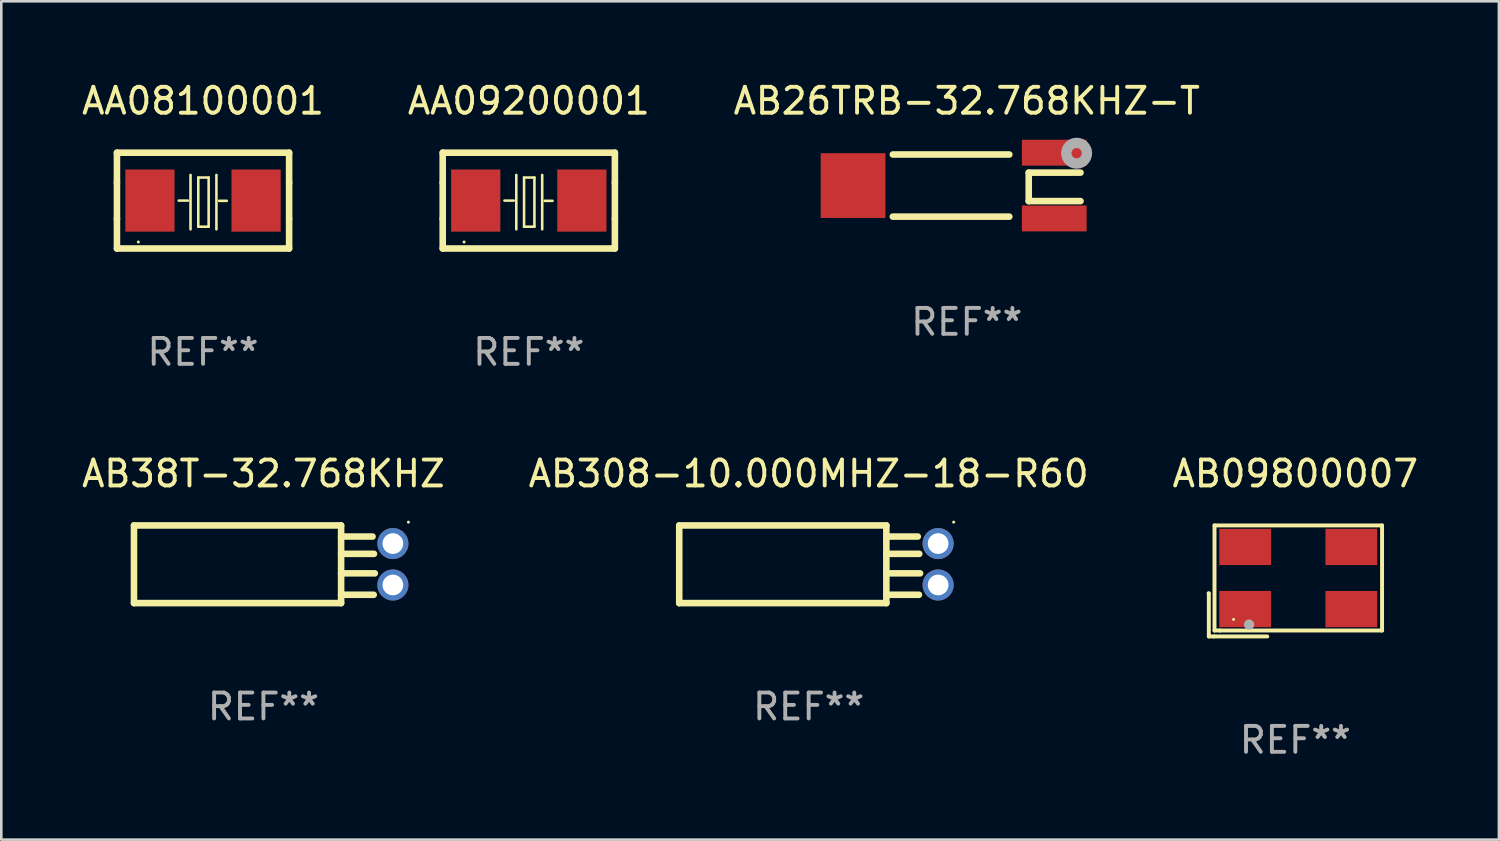
<source format=kicad_pcb>
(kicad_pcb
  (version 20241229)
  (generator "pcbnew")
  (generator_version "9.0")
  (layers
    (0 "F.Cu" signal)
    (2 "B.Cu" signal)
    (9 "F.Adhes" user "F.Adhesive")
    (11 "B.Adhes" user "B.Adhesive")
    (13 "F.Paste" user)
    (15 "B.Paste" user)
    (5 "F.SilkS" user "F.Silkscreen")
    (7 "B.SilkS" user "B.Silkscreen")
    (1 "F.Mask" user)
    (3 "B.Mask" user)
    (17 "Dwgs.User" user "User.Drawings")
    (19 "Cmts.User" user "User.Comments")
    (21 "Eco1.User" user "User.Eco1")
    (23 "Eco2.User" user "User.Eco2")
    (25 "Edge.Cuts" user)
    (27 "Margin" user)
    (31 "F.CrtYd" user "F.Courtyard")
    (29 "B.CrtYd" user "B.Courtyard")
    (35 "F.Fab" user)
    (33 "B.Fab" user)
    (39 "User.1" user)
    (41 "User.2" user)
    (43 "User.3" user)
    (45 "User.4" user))
  (footprint "AB308-10.000MHZ-18-R60"
    (layer "F.Cu")
    (at 28.185 18.745)
    (property "Reference" "AB308-10.000MHZ-18-R60" (at 0 -3.5 0) (layer "F.SilkS") (effects (font (size 1 1) (thickness 0.15))))
    (attr through_hole)
    (fp_line (start -5 -1.5) (end -5 1.5) (stroke (width 0.254) (type solid)) (layer "F.SilkS"))
    (fp_line (start 3 -1.5) (end -5 -1.5) (stroke (width 0.254) (type solid)) (layer "F.SilkS"))
    (fp_line (start 3 -1.5) (end 3 1.5) (stroke (width 0.254) (type solid)) (layer "F.SilkS"))
    (fp_line (start 3 -1.071) (end 4.214 -1.071) (stroke (width 0.254) (type solid)) (layer "F.SilkS"))
    (fp_line (start 3 -0.403) (end 4.27 -0.403) (stroke (width 0.254) (type solid)) (layer "F.SilkS"))
    (fp_line (start 3 0.35) (end 4.302 0.35) (stroke (width 0.254) (type solid)) (layer "F.SilkS"))
    (fp_line (start 3 1.178) (end 4.26 1.178) (stroke (width 0.254) (type solid)) (layer "F.SilkS"))
    (fp_line (start 3 1.5) (end -5 1.5) (stroke (width 0.254) (type solid)) (layer "F.SilkS"))
    (fp_circle (center 5.6 -1.627) (end 5.63 -1.627) (stroke (width 0.06) (type solid)) (fill no) (layer "F.SilkS"))
    (fp_text user "REF**" (at 0 5.5 0) (layer "F.Fab") (effects (font (size 1 1) (thickness 0.15))))
    (pad "1" thru_hole circle (at 5 -0.8) (size 1.2 1.2) (drill 0.8) (layers "*.Cu" "*.Mask"))
    (pad "2" thru_hole circle (at 5 0.8) (size 1.2 1.2) (drill 0.8) (layers "*.Cu" "*.Mask")))
  (footprint "AB26TRB-32.768KHZ-T"
    (layer "F.Cu")
    (at 34.292 4.118)
    (property "Reference" "AB26TRB-32.768KHZ-T" (at 0 -3.27 0) (layer "F.SilkS") (effects (font (size 1 1) (thickness 0.15))))
    (attr through_hole)
    (fp_line (start -2.857 -1.2) (end 1.643 -1.2) (stroke (width 0.254) (type solid)) (layer "F.SilkS"))
    (fp_line (start -2.857 1.2) (end 1.643 1.2) (stroke (width 0.254) (type solid)) (layer "F.SilkS"))
    (fp_line (start 2.393 -0.5) (end 4.393 -0.5) (stroke (width 0.254) (type solid)) (layer "F.SilkS"))
    (fp_line (start 2.393 0.6) (end 2.393 -0.5) (stroke (width 0.254) (type solid)) (layer "F.SilkS"))
    (fp_line (start 2.393 0.6) (end 4.393 0.6) (stroke (width 0.254) (type solid)) (layer "F.SilkS"))
    (fp_circle (center 4.123 -1.52) (end 4.153 -1.52) (stroke (width 0.06) (type solid)) (fill no) (layer "F.SilkS"))
    (fp_circle (center 4.243 -1.25) (end 4.442 -1.25) (stroke (width 0.4) (type solid)) (fill no) (layer "F.Fab"))
    (fp_text user "REF**" (at 0 5.27 0) (layer "F.Fab") (effects (font (size 1 1) (thickness 0.15))))
    (pad "1" smd rect (at 3.378 -1.27) (size 2.5 1) (layers "F.Cu" "F.Mask" "F.Paste"))
    (pad "2" smd rect (at 3.378 1.27) (size 2.5 1) (layers "F.Cu" "F.Mask" "F.Paste"))
    (pad "3" smd rect (at -4.393 0) (size 2.5 2.5) (layers "F.Cu" "F.Mask" "F.Paste")))
  (footprint "AA08100001"
    (layer "F.Cu")
    (at 4.792 4.698)
    (property "Reference" "AA08100001" (at 0 -3.85 0) (layer "F.SilkS") (effects (font (size 1 1) (thickness 0.15))))
    (attr through_hole)
    (fp_line (start -3.325 0.7) (end -3.325 -0.7) (stroke (width 0.254) (type solid)) (layer "F.SilkS"))
    (fp_line (start -3.325 -1.85) (end 3.325 -1.85) (stroke (width 0.254) (type solid)) (layer "F.SilkS"))
    (fp_line (start -3.325 -0.7) (end -3.325 -1.85) (stroke (width 0.254) (type solid)) (layer "F.SilkS"))
    (fp_line (start -3.325 1.85) (end -3.325 0.7) (stroke (width 0.254) (type solid)) (layer "F.SilkS"))
    (fp_line (start -0.94 -0.000127) (end -0.584 -0.000127) (stroke (width 0.1) (type solid)) (layer "F.SilkS"))
    (fp_line (start -0.483 -0.991) (end -0.483 1.109) (stroke (width 0.1) (type solid)) (layer "F.SilkS"))
    (fp_line (start -0.183 -0.891) (end -0.183 1.009) (stroke (width 0.1) (type solid)) (layer "F.SilkS"))
    (fp_line (start -0.183 1.009) (end 0.217 1.009) (stroke (width 0.1) (type solid)) (layer "F.SilkS"))
    (fp_line (start 0.217 -0.891) (end -0.183 -0.891) (stroke (width 0.1) (type solid)) (layer "F.SilkS"))
    (fp_line (start 0.217 1.009) (end 0.217 -0.891) (stroke (width 0.1) (type solid)) (layer "F.SilkS"))
    (fp_line (start 0.517 -0.991) (end 0.517 1.109) (stroke (width 0.1) (type solid)) (layer "F.SilkS"))
    (fp_line (start 0.617 0.009) (end 0.917 0.009) (stroke (width 0.1) (type solid)) (layer "F.SilkS"))
    (fp_line (start 3.325 -1.85) (end 3.325 -0.7) (stroke (width 0.254) (type solid)) (layer "F.SilkS"))
    (fp_line (start 3.325 0.7) (end 3.325 1.85) (stroke (width 0.254) (type solid)) (layer "F.SilkS"))
    (fp_line (start 3.325 1.85) (end -3.325 1.85) (stroke (width 0.254) (type solid)) (layer "F.SilkS"))
    (fp_line (start 3.325 -0.7) (end 3.325 0.7) (stroke (width 0.254) (type solid)) (layer "F.SilkS"))
    (fp_circle (center -2.5 1.6) (end -2.47 1.6) (stroke (width 0.06) (type solid)) (fill no) (layer "F.SilkS"))
    (fp_text user "REF**" (at 0 5.85 0) (layer "F.Fab") (effects (font (size 1 1) (thickness 0.15))))
    (pad "1" smd rect (at -2.05 -0.000203) (size 1.9 2.4) (layers "F.Cu" "F.Mask" "F.Paste"))
    (pad "2" smd rect (at 2.05 -0.000203) (size 1.9 2.4) (layers "F.Cu" "F.Mask" "F.Paste")))
  (footprint "AB09800007"
    (layer "F.Cu")
    (at 46.982 19.389)
    (property "Reference" "AB09800007" (at 0 -4.144 0) (layer "F.SilkS") (effects (font (size 1 1) (thickness 0.15))))
    (attr through_hole)
    (fp_line (start -3.35 0.476) (end -3.341 0.485) (stroke (width 0.152) (type solid)) (layer "F.SilkS"))
    (fp_line (start -3.341 0.485) (end -3.341 2.144) (stroke (width 0.152) (type solid)) (layer "F.SilkS"))
    (fp_line (start -3.341 2.144) (end -3.143 2.144) (stroke (width 0.152) (type solid)) (layer "F.SilkS"))
    (fp_line (start -3.143 2.144) (end -1.085 2.144) (stroke (width 0.152) (type solid)) (layer "F.SilkS"))
    (fp_line (start -3.122 -2.144) (end 3.35 -2.144) (stroke (width 0.152) (type solid)) (layer "F.SilkS"))
    (fp_line (start -3.122 1.915) (end -3.122 -2.144) (stroke (width 0.152) (type solid)) (layer "F.SilkS"))
    (fp_line (start -2.914 1.915) (end -3.122 1.915) (stroke (width 0.152) (type solid)) (layer "F.SilkS"))
    (fp_line (start 3.35 -2.144) (end 3.35 1.915) (stroke (width 0.152) (type solid)) (layer "F.SilkS"))
    (fp_line (start 3.35 1.915) (end -2.914 1.915) (stroke (width 0.152) (type solid)) (layer "F.SilkS"))
    (fp_circle (center -2.386 1.486) (end -2.356 1.486) (stroke (width 0.06) (type solid)) (fill no) (layer "F.SilkS"))
    (fp_circle (center -1.786 1.686) (end -1.686 1.686) (stroke (width 0.2) (type solid)) (fill no) (layer "F.Fab"))
    (fp_text user "REF**" (at 0 6.144 0) (layer "F.Fab") (effects (font (size 1 1) (thickness 0.15))))
    (pad "1" smd rect (at -1.936 1.086) (size 2 1.4) (layers "F.Cu" "F.Mask" "F.Paste"))
    (pad "2" smd rect (at 2.164 1.086) (size 2 1.4) (layers "F.Cu" "F.Mask" "F.Paste"))
    (pad "3" smd rect (at 2.164 -1.314) (size 2 1.4) (layers "F.Cu" "F.Mask" "F.Paste"))
    (pad "4" smd rect (at -1.936 -1.314) (size 2 1.4) (layers "F.Cu" "F.Mask" "F.Paste")))
  (footprint "AA09200001"
    (layer "F.Cu")
    (at 17.375 4.698)
    (property "Reference" "AA09200001" (at 0 -3.85 0) (layer "F.SilkS") (effects (font (size 1 1) (thickness 0.15))))
    (attr through_hole)
    (fp_line (start -3.325 0.7) (end -3.325 -0.7) (stroke (width 0.254) (type solid)) (layer "F.SilkS"))
    (fp_line (start -3.325 -1.85) (end 3.325 -1.85) (stroke (width 0.254) (type solid)) (layer "F.SilkS"))
    (fp_line (start -3.325 -0.7) (end -3.325 -1.85) (stroke (width 0.254) (type solid)) (layer "F.SilkS"))
    (fp_line (start -3.325 1.85) (end -3.325 0.7) (stroke (width 0.254) (type solid)) (layer "F.SilkS"))
    (fp_line (start -0.94 -0.000127) (end -0.584 -0.000127) (stroke (width 0.1) (type solid)) (layer "F.SilkS"))
    (fp_line (start -0.483 -0.991) (end -0.483 1.109) (stroke (width 0.1) (type solid)) (layer "F.SilkS"))
    (fp_line (start -0.183 -0.891) (end -0.183 1.009) (stroke (width 0.1) (type solid)) (layer "F.SilkS"))
    (fp_line (start -0.183 1.009) (end 0.217 1.009) (stroke (width 0.1) (type solid)) (layer "F.SilkS"))
    (fp_line (start 0.217 -0.891) (end -0.183 -0.891) (stroke (width 0.1) (type solid)) (layer "F.SilkS"))
    (fp_line (start 0.217 1.009) (end 0.217 -0.891) (stroke (width 0.1) (type solid)) (layer "F.SilkS"))
    (fp_line (start 0.517 -0.991) (end 0.517 1.109) (stroke (width 0.1) (type solid)) (layer "F.SilkS"))
    (fp_line (start 0.617 0.009) (end 0.917 0.009) (stroke (width 0.1) (type solid)) (layer "F.SilkS"))
    (fp_line (start 3.325 -1.85) (end 3.325 -0.7) (stroke (width 0.254) (type solid)) (layer "F.SilkS"))
    (fp_line (start 3.325 0.7) (end 3.325 1.85) (stroke (width 0.254) (type solid)) (layer "F.SilkS"))
    (fp_line (start 3.325 1.85) (end -3.325 1.85) (stroke (width 0.254) (type solid)) (layer "F.SilkS"))
    (fp_line (start 3.325 -0.7) (end 3.325 0.7) (stroke (width 0.254) (type solid)) (layer "F.SilkS"))
    (fp_circle (center -2.5 1.6) (end -2.47 1.6) (stroke (width 0.06) (type solid)) (fill no) (layer "F.SilkS"))
    (fp_text user "REF**" (at 0 5.85 0) (layer "F.Fab") (effects (font (size 1 1) (thickness 0.15))))
    (pad "1" smd rect (at -2.05 -0.000127) (size 1.9 2.4) (layers "F.Cu" "F.Mask" "F.Paste"))
    (pad "2" smd rect (at 2.05 -0.000127) (size 1.9 2.4) (layers "F.Cu" "F.Mask" "F.Paste")))
  (footprint "AB38T-32.768KHZ"
    (layer "F.Cu")
    (at 7.125 18.745)
    (property "Reference" "AB38T-32.768KHZ" (at 0 -3.5 0) (layer "F.SilkS") (effects (font (size 1 1) (thickness 0.15))))
    (attr through_hole)
    (fp_line (start -5 -1.5) (end -5 1.5) (stroke (width 0.254) (type solid)) (layer "F.SilkS"))
    (fp_line (start 3 -1.5) (end -5 -1.5) (stroke (width 0.254) (type solid)) (layer "F.SilkS"))
    (fp_line (start 3 -1.5) (end 3 1.5) (stroke (width 0.254) (type solid)) (layer "F.SilkS"))
    (fp_line (start 3 -1.071) (end 4.214 -1.071) (stroke (width 0.254) (type solid)) (layer "F.SilkS"))
    (fp_line (start 3 -0.403) (end 4.27 -0.403) (stroke (width 0.254) (type solid)) (layer "F.SilkS"))
    (fp_line (start 3 0.35) (end 4.302 0.35) (stroke (width 0.254) (type solid)) (layer "F.SilkS"))
    (fp_line (start 3 1.178) (end 4.26 1.178) (stroke (width 0.254) (type solid)) (layer "F.SilkS"))
    (fp_line (start 3 1.5) (end -5 1.5) (stroke (width 0.254) (type solid)) (layer "F.SilkS"))
    (fp_circle (center 5.6 -1.627) (end 5.63 -1.627) (stroke (width 0.06) (type solid)) (fill no) (layer "F.SilkS"))
    (fp_text user "REF**" (at 0 5.5 0) (layer "F.Fab") (effects (font (size 1 1) (thickness 0.15))))
    (pad "1" thru_hole circle (at 5 -0.8) (size 1.2 1.2) (drill 0.8) (layers "*.Cu" "*.Mask"))
    (pad "2" thru_hole circle (at 5 0.8) (size 1.2 1.2) (drill 0.8) (layers "*.Cu" "*.Mask")))
  (gr_rect
    (start -3 -3)
    (end 54.845 29.381)
    (stroke (width 0.1) (type default))
    (fill no)
    (layer "Edge.Cuts")))
</source>
